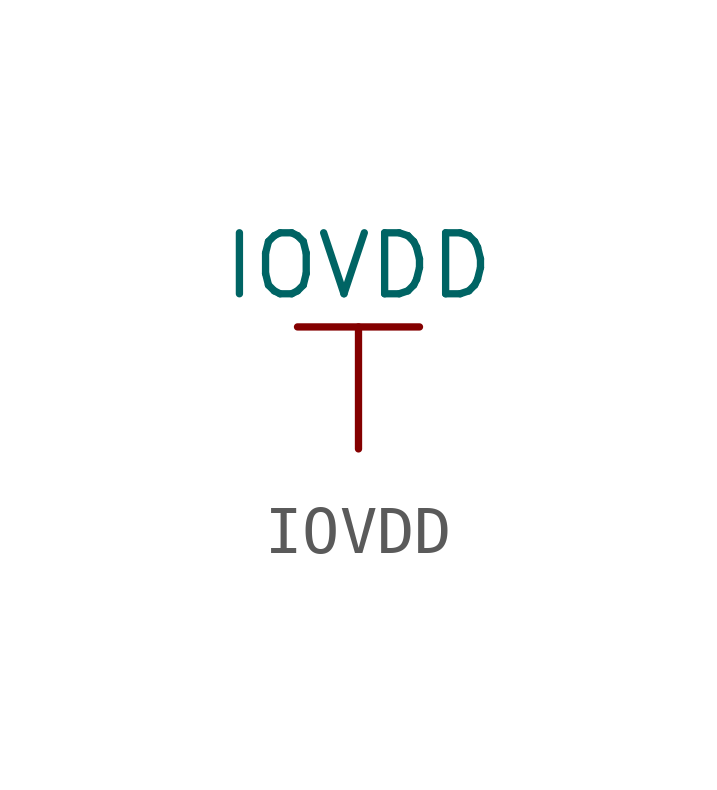
<source format=kicad_sym>
(kicad_symbol_lib
  (version 20211014)
  (generator kicad_symbol_editor)
  (symbol "IOVDD"
    (power)
    (pin_names
      (offset 0))
    (property "Reference" "#PWR"
      (at 0 -3.81 0)
      (effects (font (size 1.27 1.27)) hide))
    (property "Value" "IOVDD"
      (at 0 3.81 0)
      (effects (font (size 1.27 1.27))))
    (symbol "IOVDD_0_1"
      (polyline (pts (xy -1.27 2.54) (xy 1.27 2.54)) (stroke (width 0) (type default) (color 0 0 0 0)) (fill (type none)))
      (polyline (pts (xy 0 0) (xy 0 2.54)) (stroke (width 0) (type default) (color 0 0 0 0)) (fill (type none))))
    (symbol "IOVDD_1_1"
      (pin power_in line (at 0 0 90) (length 0) hide (name "IOVDD" (effects (font (size 1.27 1.27)))) (number "1" (effects (font (size 1.27 1.27))))))))
</source>
